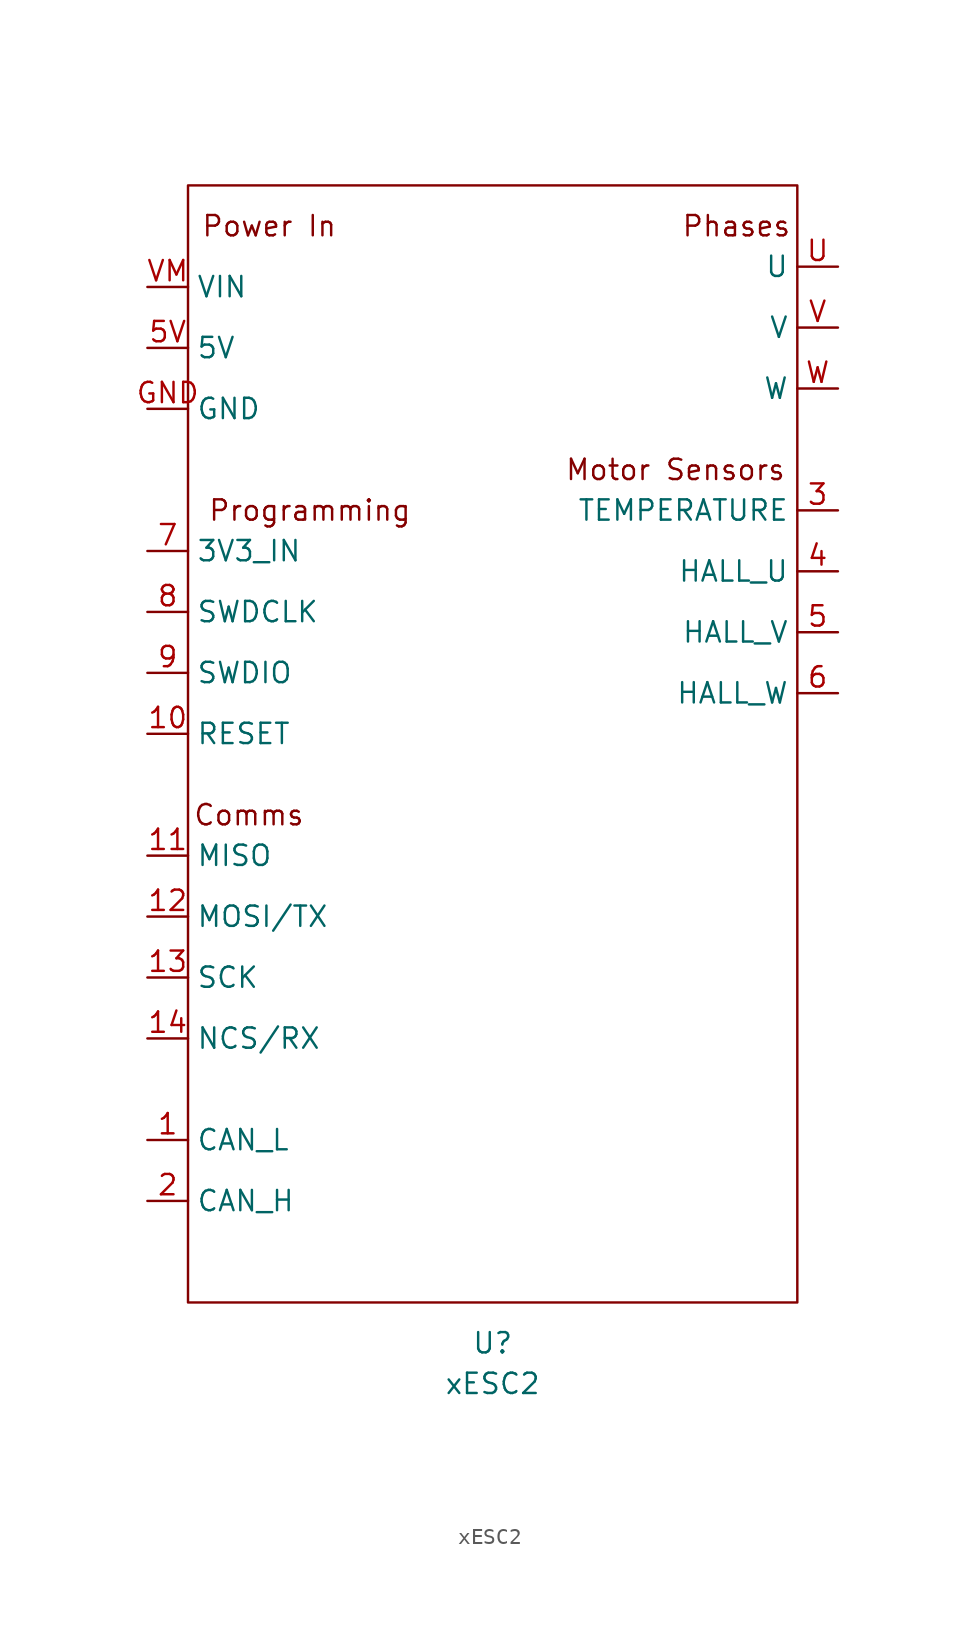
<source format=kicad_sym>
(kicad_symbol_lib
  (version 20231120)
  (generator "kicad_symbol_editor")
  (generator_version "8.0")
  (symbol "xESC2"
    (property "Reference" "U"
      (at -2.54 -22.86 0)
      (effects (font (size 1.27 1.27))))
    (property "Value" "xESC2"
      (at -2.54 -25.4 0)
      (effects (font (size 1.27 1.27))))
    (symbol "xESC2_0_0"
      (text "Comms" (at -17.78 10.16 0) (effects (font (size 1.27 1.27))))
      (text "Motor Sensors" (at 8.89 31.75 0) (effects (font (size 1.27 1.27))))
      (text "Phases" (at 12.7 46.99 0) (effects (font (size 1.27 1.27))))
      (text "Power In" (at -16.51 46.99 0) (effects (font (size 1.27 1.27))))
      (text "Programming" (at -13.97 29.21 0) (effects (font (size 1.27 1.27)))))
    (symbol "xESC2_0_1"
      (rectangle (start -21.59 49.53) (end 16.51 -20.32) (stroke (width 0) (type default)) (fill (type none))))
    (symbol "xESC2_1_1"
      (pin input line (at -24.13 -10.16 0) (length 2.54) (name "CAN_L" (effects (font (size 1.27 1.27)))) (number "1" (effects (font (size 1.27 1.27)))))
      (pin input line (at -24.13 15.24 0) (length 2.54) (name "RESET" (effects (font (size 1.27 1.27)))) (number "10" (effects (font (size 1.27 1.27)))))
      (pin input line (at -24.13 7.62 0) (length 2.54) (name "MISO" (effects (font (size 1.27 1.27)))) (number "11" (effects (font (size 1.27 1.27)))))
      (pin input line (at -24.13 3.81 0) (length 2.54) (name "MOSI/TX" (effects (font (size 1.27 1.27)))) (number "12" (effects (font (size 1.27 1.27)))))
      (pin input line (at -24.13 0 0) (length 2.54) (name "SCK" (effects (font (size 1.27 1.27)))) (number "13" (effects (font (size 1.27 1.27)))))
      (pin input line (at -24.13 -3.81 0) (length 2.54) (name "NCS/RX" (effects (font (size 1.27 1.27)))) (number "14" (effects (font (size 1.27 1.27)))))
      (pin input line (at -24.13 -13.97 0) (length 2.54) (name "CAN_H" (effects (font (size 1.27 1.27)))) (number "2" (effects (font (size 1.27 1.27)))))
      (pin input line (at 19.05 29.21 180) (length 2.54) (name "TEMPERATURE" (effects (font (size 1.27 1.27)))) (number "3" (effects (font (size 1.27 1.27)))))
      (pin input line (at 19.05 25.4 180) (length 2.54) (name "HALL_U" (effects (font (size 1.27 1.27)))) (number "4" (effects (font (size 1.27 1.27)))))
      (pin input line (at 19.05 21.59 180) (length 2.54) (name "HALL_V" (effects (font (size 1.27 1.27)))) (number "5" (effects (font (size 1.27 1.27)))))
      (pin input line (at -24.13 39.37 0) (length 2.54) (name "5V" (effects (font (size 1.27 1.27)))) (number "5V" (effects (font (size 1.27 1.27)))))
      (pin input line (at 19.05 17.78 180) (length 2.54) (name "HALL_W" (effects (font (size 1.27 1.27)))) (number "6" (effects (font (size 1.27 1.27)))))
      (pin input line (at -24.13 26.67 0) (length 2.54) (name "3V3_IN" (effects (font (size 1.27 1.27)))) (number "7" (effects (font (size 1.27 1.27)))))
      (pin input line (at -24.13 22.86 0) (length 2.54) (name "SWDCLK" (effects (font (size 1.27 1.27)))) (number "8" (effects (font (size 1.27 1.27)))))
      (pin input line (at -24.13 19.05 0) (length 2.54) (name "SWDIO" (effects (font (size 1.27 1.27)))) (number "9" (effects (font (size 1.27 1.27)))))
      (pin input line (at -24.13 35.56 0) (length 2.54) (name "GND" (effects (font (size 1.27 1.27)))) (number "GND" (effects (font (size 1.27 1.27)))))
      (pin output line (at 19.05 44.45 180) (length 2.54) (name "U" (effects (font (size 1.27 1.27)))) (number "U" (effects (font (size 1.27 1.27)))))
      (pin output line (at 19.05 40.64 180) (length 2.54) (name "V" (effects (font (size 1.27 1.27)))) (number "V" (effects (font (size 1.27 1.27)))))
      (pin input line (at -24.13 43.18 0) (length 2.54) (name "VIN" (effects (font (size 1.27 1.27)))) (number "VM" (effects (font (size 1.27 1.27)))))
      (pin output line (at 19.05 36.83 180) (length 2.54) (name "W" (effects (font (size 1.27 1.27)))) (number "W" (effects (font (size 1.27 1.27))))))))
</source>
